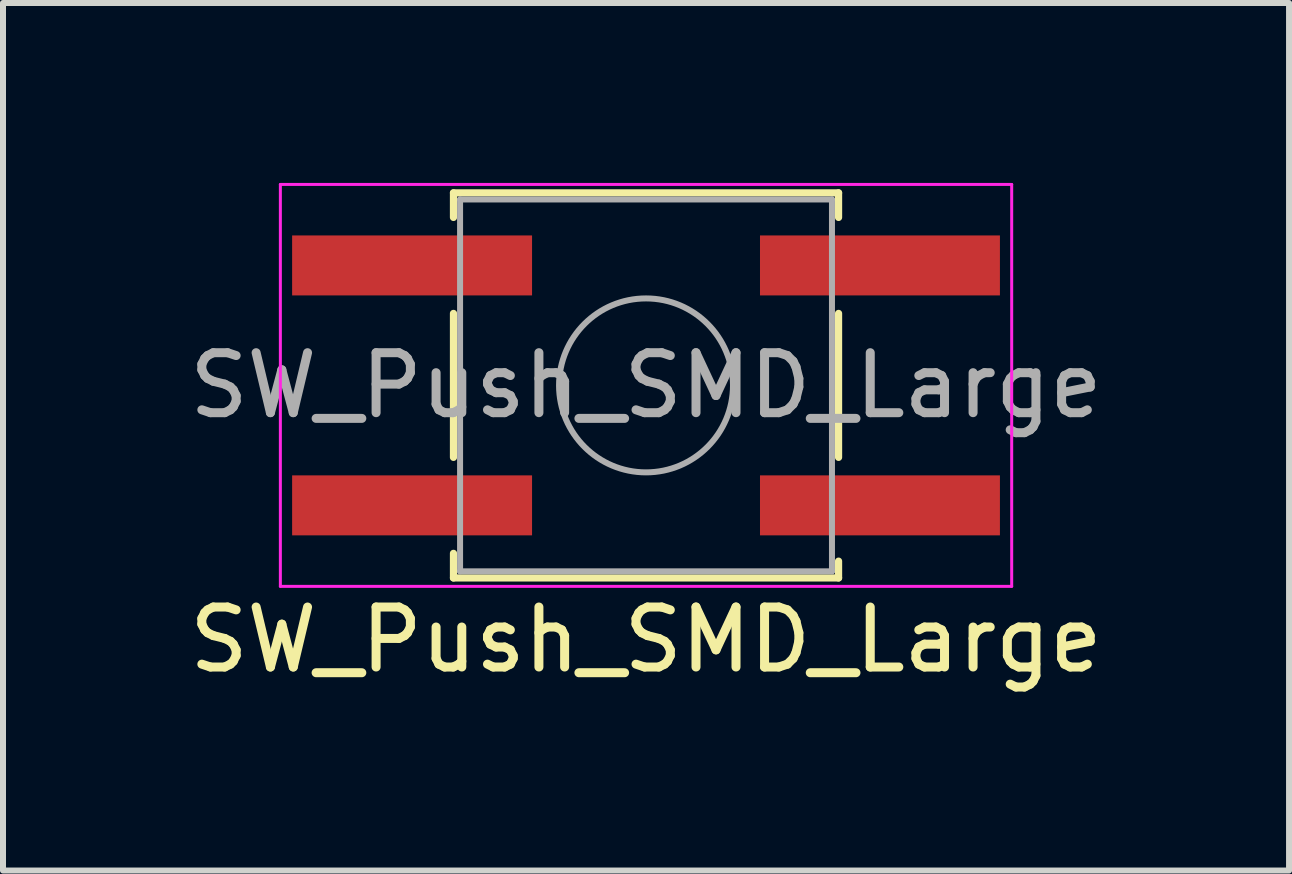
<source format=kicad_pcb>
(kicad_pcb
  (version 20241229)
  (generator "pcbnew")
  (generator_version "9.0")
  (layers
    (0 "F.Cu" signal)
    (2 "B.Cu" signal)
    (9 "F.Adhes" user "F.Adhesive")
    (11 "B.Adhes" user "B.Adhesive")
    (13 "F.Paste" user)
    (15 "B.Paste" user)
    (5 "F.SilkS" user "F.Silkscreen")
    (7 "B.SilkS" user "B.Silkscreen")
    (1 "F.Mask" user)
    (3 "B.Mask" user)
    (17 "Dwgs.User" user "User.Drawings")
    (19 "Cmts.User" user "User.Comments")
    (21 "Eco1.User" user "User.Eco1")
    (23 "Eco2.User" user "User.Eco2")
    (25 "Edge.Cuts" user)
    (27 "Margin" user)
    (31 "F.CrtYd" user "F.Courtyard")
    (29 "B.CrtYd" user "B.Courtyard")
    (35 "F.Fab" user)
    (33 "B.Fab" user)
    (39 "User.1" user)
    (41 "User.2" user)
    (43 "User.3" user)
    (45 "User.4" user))
  (footprint "SW_Push_SMD_Large"
    (layer "F.Cu")
    (at 7.72 3.375)
    (property "Reference" "SW_Push_SMD_Large" (at 0 4.24 0) (layer "F.SilkS") (effects (font (size 1 1) (thickness 0.15))))
    (attr smd)
    (fp_line (start -3.21 -3.21) (end -3.21 -2.8) (stroke (width 0.12) (type solid)) (layer "F.SilkS"))
    (fp_line (start -3.21 -1.2) (end -3.21 1.2) (stroke (width 0.12) (type solid)) (layer "F.SilkS"))
    (fp_line (start -3.21 2.8) (end -3.21 3.21) (stroke (width 0.12) (type solid)) (layer "F.SilkS"))
    (fp_line (start -3.21 3.21) (end 3.21 3.21) (stroke (width 0.12) (type solid)) (layer "F.SilkS"))
    (fp_line (start 3.21 -3.21) (end -3.21 -3.21) (stroke (width 0.12) (type solid)) (layer "F.SilkS"))
    (fp_line (start 3.21 -2.8) (end 3.21 -3.21) (stroke (width 0.12) (type solid)) (layer "F.SilkS"))
    (fp_line (start 3.21 1.2) (end 3.21 -1.2) (stroke (width 0.12) (type solid)) (layer "F.SilkS"))
    (fp_line (start 3.21 3.21) (end 3.21 2.93) (stroke (width 0.12) (type solid)) (layer "F.SilkS"))
    (fp_line (start -6.096 -3.35) (end 6.096 -3.35) (stroke (width 0.05) (type solid)) (layer "F.CrtYd"))
    (fp_line (start -6.096 3.35) (end -6.096 -3.35) (stroke (width 0.05) (type solid)) (layer "F.CrtYd"))
    (fp_line (start 6.096 -3.35) (end 6.096 3.35) (stroke (width 0.05) (type solid)) (layer "F.CrtYd"))
    (fp_line (start 6.096 3.35) (end -6.096 3.35) (stroke (width 0.05) (type solid)) (layer "F.CrtYd"))
    (fp_line (start -3.1 -3.1) (end 3.1 -3.1) (stroke (width 0.1) (type solid)) (layer "F.Fab"))
    (fp_line (start -3.1 3.1) (end -3.1 -3.1) (stroke (width 0.1) (type solid)) (layer "F.Fab"))
    (fp_line (start 3.1 -3.1) (end 3.1 3.1) (stroke (width 0.1) (type solid)) (layer "F.Fab"))
    (fp_line (start 3.1 3.1) (end -3.1 3.1) (stroke (width 0.1) (type solid)) (layer "F.Fab"))
    (fp_circle (center 0 0) (end 1.45 0) (stroke (width 0.1) (type solid)) (fill no) (layer "F.Fab"))
    (fp_text user "${REFERENCE}" (at 0 0 0) (layer "F.Fab") (effects (font (size 1 1) (thickness 0.15))))
    (pad "1" smd rect (at -3.9 -2) (size 4 1) (layers "F.Cu" "F.Mask" "F.Paste"))
    (pad "1" smd rect (at 3.9 -2) (size 4 1) (layers "F.Cu" "F.Mask" "F.Paste"))
    (pad "2" smd rect (at -3.9 2) (size 4 1) (layers "F.Cu" "F.Mask" "F.Paste"))
    (pad "2" smd rect (at 3.9 2) (size 4 1) (layers "F.Cu" "F.Mask" "F.Paste")))
  (gr_rect
    (start -3 -3)
    (end 18.44 11.463)
    (stroke (width 0.1) (type default))
    (fill no)
    (layer "Edge.Cuts")))
</source>
